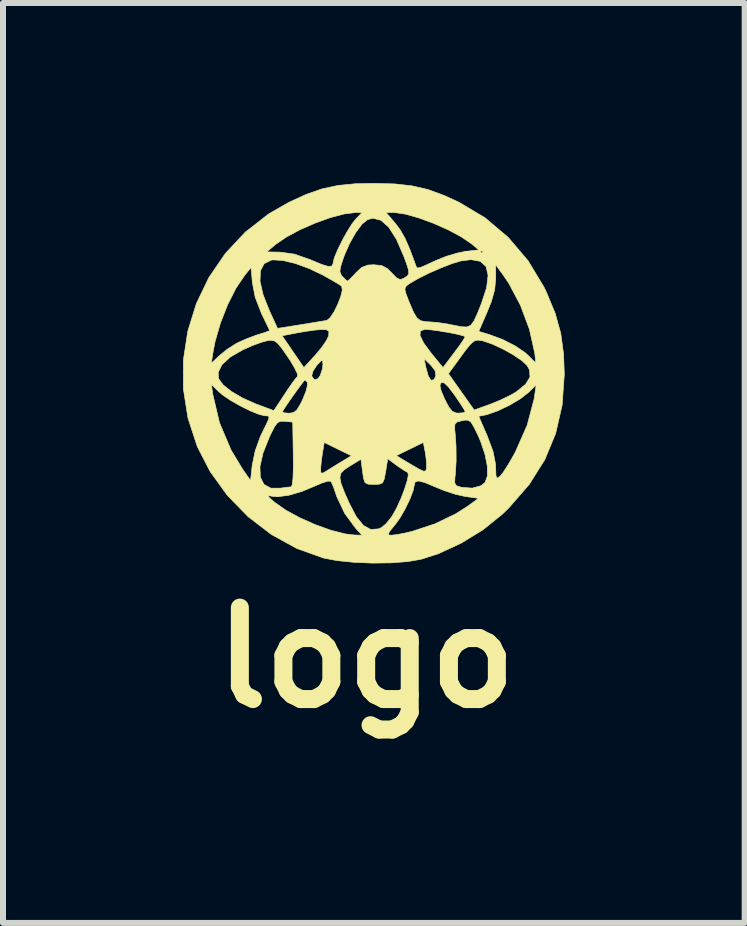
<source format=kicad_pcb>
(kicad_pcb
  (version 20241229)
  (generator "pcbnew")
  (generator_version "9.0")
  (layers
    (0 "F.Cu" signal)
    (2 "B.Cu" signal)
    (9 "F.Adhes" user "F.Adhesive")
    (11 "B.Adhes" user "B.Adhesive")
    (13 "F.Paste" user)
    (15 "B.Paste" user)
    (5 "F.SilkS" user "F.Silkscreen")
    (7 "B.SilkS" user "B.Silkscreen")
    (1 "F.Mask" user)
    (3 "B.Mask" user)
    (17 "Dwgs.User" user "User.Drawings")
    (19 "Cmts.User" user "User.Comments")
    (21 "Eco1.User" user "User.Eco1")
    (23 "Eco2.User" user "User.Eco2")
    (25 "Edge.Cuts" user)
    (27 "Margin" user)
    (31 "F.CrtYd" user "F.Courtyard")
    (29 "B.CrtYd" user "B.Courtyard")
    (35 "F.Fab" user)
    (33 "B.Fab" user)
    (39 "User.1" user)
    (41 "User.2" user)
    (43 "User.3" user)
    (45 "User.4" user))
  (footprint "logo"
    (layer "F.Cu")
    (at 3.051 2.908)
    (property "Reference" "logo" (at 0 5 0) (layer "F.SilkS") (effects (font (size 1.524 1.524) (thickness 0.3))))
    (attr through_hole)
    (fp_poly (pts (xy 0.472 -2.894) (xy 0.762 -2.862) (xy 1.027 -2.801) (xy 1.293 -2.704) (xy 1.545 -2.589) (xy 1.984 -2.327) (xy 2.369 -2) (xy 2.698 -1.613) (xy 2.965 -1.17) (xy 3.006 -1.083) (xy 3.15 -0.735) (xy 3.242 -0.404) (xy 3.289 -0.057) (xy 3.301 0.28) (xy 3.265 0.792) (xy 3.157 1.264) (xy 2.975 1.703) (xy 2.716 2.114) (xy 2.376 2.505) (xy 2.263 2.614) (xy 1.946 2.869) (xy 1.582 3.092) (xy 1.202 3.268) (xy 0.912 3.361) (xy 0.689 3.399) (xy 0.411 3.42) (xy 0.104 3.424) (xy -0.205 3.411) (xy -0.488 3.382) (xy -0.71 3.34) (xy -1.157 3.18) (xy -1.58 2.947) (xy -1.969 2.649) (xy -2.296 2.313) (xy -1.634 2.313) (xy -1.588 2.358) (xy -1.523 2.413) (xy -1.339 2.542) (xy -1.105 2.669) (xy -0.846 2.784) (xy -0.587 2.877) (xy -0.351 2.937) (xy -0.193 2.956) (xy -0.069 2.959) (xy -0.09 2.936) (xy 0.368 2.936) (xy 0.383 2.956) (xy 0.424 2.959) (xy 0.514 2.949) (xy 0.652 2.922) (xy 0.77 2.894) (xy 1.145 2.77) (xy 1.488 2.605) (xy 1.678 2.485) (xy 1.872 2.345) (xy 1.645 2.313) (xy 1.482 2.276) (xy 1.292 2.213) (xy 1.149 2.154) (xy 0.988 2.086) (xy 1.474 2.086) (xy 1.504 2.135) (xy 1.587 2.161) (xy 1.767 2.175) (xy 1.912 2.135) (xy 1.982 2.079) (xy 2.02 1.971) (xy 2.018 1.808) (xy 1.979 1.61) (xy 1.906 1.394) (xy 1.866 1.301) (xy 1.796 1.158) (xy 1.747 1.077) (xy 1.701 1.044) (xy 1.643 1.042) (xy 1.598 1.051) (xy 1.51 1.075) (xy 1.476 1.117) (xy 1.476 1.206) (xy 1.481 1.247) (xy 1.497 1.472) (xy 1.499 1.718) (xy 1.486 1.939) (xy 1.48 1.985) (xy 1.474 2.086) (xy 0.988 2.086) (xy 0.978 2.082) (xy 0.869 2.055) (xy 0.815 2.074) (xy 0.804 2.114) (xy 0.782 2.217) (xy 0.726 2.363) (xy 0.647 2.526) (xy 0.559 2.678) (xy 0.483 2.783) (xy 0.4 2.883) (xy 0.368 2.936) (xy -0.09 2.936) (xy -0.176 2.843) (xy -0.357 2.597) (xy -0.491 2.314) (xy -0.508 2.261) (xy -0.548 2.147) (xy -0.582 2.071) (xy -0.59 2.06) (xy -0.64 2.059) (xy -0.741 2.091) (xy -0.836 2.132) (xy -1.07 2.23) (xy -1.29 2.294) (xy -1.475 2.318) (xy -1.555 2.312) (xy -1.622 2.301) (xy -1.634 2.313) (xy -2.296 2.313) (xy -2.313 2.295) (xy -2.601 1.897) (xy -2.815 1.48) (xy -2.97 1.005) (xy -3.046 0.52) (xy -3.046 0.448) (xy -2.58 0.448) (xy -2.555 0.614) (xy -2.444 1.086) (xy -2.252 1.539) (xy -2.059 1.859) (xy -1.927 2.049) (xy -1.901 1.816) (xy -1.77 1.816) (xy -1.764 1.991) (xy -1.704 2.112) (xy -1.589 2.175) (xy -1.424 2.175) (xy -1.319 2.16) (xy -1.254 2.155) (xy -1.233 2.122) (xy -1.22 2.019) (xy -1.219 1.999) (xy -0.438 1.999) (xy -0.418 2.101) (xy -0.361 2.248) (xy -0.284 2.422) (xy -0.165 2.65) (xy -0.046 2.796) (xy 0.075 2.863) (xy 0.204 2.854) (xy 0.257 2.831) (xy 0.331 2.768) (xy 0.415 2.665) (xy 0.439 2.629) (xy 0.51 2.501) (xy 0.579 2.35) (xy 0.638 2.196) (xy 0.682 2.058) (xy 0.702 1.958) (xy 0.692 1.913) (xy 0.692 1.913) (xy 0.632 1.88) (xy 0.536 1.816) (xy 0.503 1.792) (xy 0.359 1.685) (xy 0.325 1.899) (xy 0.301 2.024) (xy 0.272 2.088) (xy 0.217 2.11) (xy 0.129 2.113) (xy 0.033 2.109) (xy -0.018 2.084) (xy -0.043 2.015) (xy -0.06 1.903) (xy -0.087 1.694) (xy -0.274 1.808) (xy -0.366 1.869) (xy -0.421 1.927) (xy -0.438 1.999) (xy -1.219 1.999) (xy -1.214 1.853) (xy -0.759 1.853) (xy -0.755 1.921) (xy -0.72 1.924) (xy -0.667 1.893) (xy -0.57 1.832) (xy -0.445 1.755) (xy -0.409 1.734) (xy -0.246 1.635) (xy -0.248 1.634) (xy 0.502 1.634) (xy 0.748 1.781) (xy 0.878 1.856) (xy 0.953 1.892) (xy 0.99 1.89) (xy 1.004 1.855) (xy 1.006 1.84) (xy 1.005 1.742) (xy 0.99 1.611) (xy 0.985 1.583) (xy 0.952 1.414) (xy 0.727 1.524) (xy 0.502 1.634) (xy -0.248 1.634) (xy -0.472 1.525) (xy -0.699 1.414) (xy -0.727 1.583) (xy -0.747 1.72) (xy -0.758 1.838) (xy -0.759 1.853) (xy -1.214 1.853) (xy -1.214 1.842) (xy -1.215 1.615) (xy -1.224 1.075) (xy -1.354 1.062) (xy -1.424 1.061) (xy -1.476 1.084) (xy -1.525 1.148) (xy -1.586 1.268) (xy -1.612 1.322) (xy -1.719 1.592) (xy -1.77 1.816) (xy -1.901 1.816) (xy -1.898 1.788) (xy -1.849 1.554) (xy -1.762 1.313) (xy -1.739 1.265) (xy -1.666 1.117) (xy -1.626 1.029) (xy -1.618 0.985) (xy -1.628 0.978) (xy 1.875 0.978) (xy 2.016 1.302) (xy 2.114 1.565) (xy 2.156 1.78) (xy 2.158 1.833) (xy 2.161 1.955) (xy 2.173 2.005) (xy 2.202 2) (xy 2.234 1.973) (xy 2.288 1.905) (xy 2.366 1.784) (xy 2.454 1.631) (xy 2.485 1.574) (xy 2.682 1.128) (xy 2.798 0.689) (xy 2.809 0.618) (xy 2.832 0.456) (xy 2.701 0.584) (xy 2.568 0.687) (xy 2.387 0.794) (xy 2.193 0.887) (xy 2.02 0.948) (xy 1.99 0.955) (xy 1.875 0.978) (xy -1.628 0.978) (xy -1.638 0.971) (xy -1.682 0.97) (xy -1.683 0.97) (xy -1.781 0.948) (xy -1.889 0.904) (xy -1.397 0.904) (xy -1.361 0.921) (xy -1.281 0.927) (xy -1.209 0.915) (xy -1.153 0.87) (xy -1.094 0.772) (xy -1.056 0.694) (xy -1.003 0.562) (xy -0.979 0.464) (xy 1.229 0.464) (xy 1.247 0.548) (xy 1.306 0.687) (xy 1.308 0.692) (xy 1.377 0.824) (xy 1.434 0.895) (xy 1.497 0.922) (xy 1.534 0.925) (xy 1.619 0.919) (xy 1.651 0.902) (xy 1.628 0.858) (xy 1.568 0.764) (xy 1.484 0.64) (xy 1.475 0.627) (xy 1.372 0.49) (xy 1.301 0.422) (xy 1.254 0.416) (xy 1.249 0.419) (xy 1.229 0.464) (xy -0.979 0.464) (xy -0.977 0.457) (xy -0.98 0.41) (xy -1.018 0.375) (xy -1.028 0.378) (xy -1.083 0.449) (xy -1.16 0.554) (xy -1.245 0.673) (xy -1.322 0.785) (xy -1.378 0.87) (xy -1.397 0.904) (xy -1.889 0.904) (xy -1.925 0.89) (xy -2.089 0.809) (xy -2.251 0.718) (xy -2.385 0.628) (xy -2.444 0.579) (xy -2.58 0.448) (xy -3.046 0.448) (xy -3.046 0.247) (xy -2.466 0.247) (xy -2.459 0.351) (xy -2.386 0.452) (xy -2.248 0.563) (xy -2.06 0.673) (xy -1.838 0.772) (xy -1.818 0.779) (xy -1.682 0.83) (xy -1.582 0.867) (xy -1.541 0.883) (xy -1.541 0.883) (xy -1.517 0.851) (xy -1.46 0.765) (xy -1.379 0.642) (xy -1.359 0.611) (xy -1.269 0.477) (xy -1.194 0.372) (xy -1.147 0.316) (xy -1.142 0.313) (xy -1.143 0.304) (xy -0.907 0.304) (xy -0.904 0.314) (xy -0.858 0.372) (xy -0.801 0.349) (xy -0.764 0.295) (xy -0.728 0.184) (xy -0.721 0.115) (xy -0.725 0.054) (xy -0.746 0.05) (xy -0.8 0.105) (xy -0.826 0.134) (xy -0.887 0.227) (xy -0.907 0.304) (xy -1.143 0.304) (xy -1.146 0.269) (xy -1.191 0.175) (xy -1.267 0.046) (xy -1.303 -0.007) (xy -1.403 -0.151) (xy -1.473 -0.237) (xy -1.53 -0.279) (xy -1.589 -0.288) (xy -1.639 -0.283) (xy -1.746 -0.255) (xy -1.896 -0.2) (xy -2.055 -0.13) (xy -2.264 -0.009) (xy -2.403 0.118) (xy -2.466 0.247) (xy -3.046 0.247) (xy -3.045 0.094) (xy -2.58 0.094) (xy -2.444 -0.035) (xy -2.312 -0.141) (xy -2.163 -0.236) (xy -2.138 -0.249) (xy -1.981 -0.318) (xy -1.856 -0.364) (xy -1.4 -0.364) (xy -1.038 0.166) (xy -0.901 0.017) (xy 0.965 0.017) (xy 0.995 0.165) (xy 1.036 0.311) (xy 1.081 0.379) (xy 1.128 0.368) (xy 1.161 0.306) (xy 1.156 0.268) (xy 1.371 0.268) (xy 1.799 0.873) (xy 2.065 0.778) (xy 2.236 0.708) (xy 2.403 0.627) (xy 2.5 0.571) (xy 2.655 0.445) (xy 2.729 0.326) (xy 2.723 0.207) (xy 2.681 0.132) (xy 2.592 0.049) (xy 2.448 -0.048) (xy 2.276 -0.144) (xy 2.101 -0.225) (xy 1.95 -0.277) (xy 1.922 -0.284) (xy 1.854 -0.291) (xy 1.798 -0.275) (xy 1.737 -0.222) (xy 1.655 -0.122) (xy 1.581 -0.02) (xy 1.371 0.268) (xy 1.156 0.268) (xy 1.15 0.219) (xy 1.077 0.126) (xy 0.965 0.017) (xy -0.901 0.017) (xy -0.841 -0.049) (xy -0.737 -0.174) (xy -0.659 -0.29) (xy -0.624 -0.367) (xy -0.624 -0.369) (xy 0.897 -0.369) (xy 0.957 -0.245) (xy 1.082 -0.075) (xy 1.085 -0.072) (xy 1.28 0.166) (xy 1.464 -0.078) (xy 1.555 -0.2) (xy 1.621 -0.296) (xy 1.649 -0.345) (xy 1.65 -0.347) (xy 1.612 -0.365) (xy 1.514 -0.39) (xy 1.379 -0.417) (xy 1.26 -0.437) (xy 1.875 -0.437) (xy 2.049 -0.385) (xy 2.272 -0.302) (xy 2.481 -0.196) (xy 2.649 -0.082) (xy 2.706 -0.029) (xy 2.776 0.043) (xy 2.817 0.08) (xy 2.82 0.081) (xy 2.821 0.044) (xy 2.812 -0.048) (xy 2.808 -0.078) (xy 2.72 -0.471) (xy 2.572 -0.868) (xy 2.378 -1.235) (xy 2.281 -1.378) (xy 2.159 -1.545) (xy 2.158 -1.314) (xy 2.141 -1.132) (xy 2.086 -0.934) (xy 2.016 -0.76) (xy 1.875 -0.437) (xy 1.26 -0.437) (xy 1.23 -0.442) (xy 1.092 -0.461) (xy 0.986 -0.47) (xy 0.976 -0.47) (xy 0.903 -0.444) (xy 0.897 -0.369) (xy -0.624 -0.369) (xy -0.621 -0.438) (xy -0.664 -0.465) (xy -0.736 -0.468) (xy -0.85 -0.459) (xy -1.007 -0.437) (xy -1.134 -0.415) (xy -1.4 -0.364) (xy -1.856 -0.364) (xy -1.814 -0.379) (xy -1.789 -0.387) (xy -1.681 -0.421) (xy -1.617 -0.446) (xy -1.609 -0.451) (xy -1.626 -0.491) (xy -1.672 -0.586) (xy -1.736 -0.717) (xy -1.741 -0.726) (xy -1.85 -1.009) (xy -1.895 -1.246) (xy -1.898 -1.273) (xy -1.769 -1.273) (xy -1.718 -1.049) (xy -1.612 -0.78) (xy -1.477 -0.487) (xy -1.109 -0.545) (xy -0.932 -0.574) (xy -0.78 -0.599) (xy -0.677 -0.616) (xy -0.656 -0.62) (xy -0.601 -0.664) (xy -0.536 -0.761) (xy -0.474 -0.887) (xy -0.424 -1.016) (xy -0.398 -1.125) (xy -0.401 -1.142) (xy 0.645 -1.142) (xy 0.66 -1.072) (xy 0.705 -0.953) (xy 0.723 -0.91) (xy 0.79 -0.754) (xy 0.846 -0.661) (xy 0.909 -0.614) (xy 0.995 -0.598) (xy 1.058 -0.595) (xy 1.183 -0.585) (xy 1.347 -0.561) (xy 1.46 -0.539) (xy 1.589 -0.514) (xy 1.679 -0.51) (xy 1.743 -0.539) (xy 1.798 -0.614) (xy 1.858 -0.746) (xy 1.92 -0.9) (xy 2.006 -1.164) (xy 2.031 -1.37) (xy 1.997 -1.517) (xy 1.902 -1.604) (xy 1.748 -1.632) (xy 1.575 -1.61) (xy 1.43 -1.566) (xy 1.245 -1.494) (xy 1.046 -1.407) (xy 0.864 -1.316) (xy 0.726 -1.236) (xy 0.702 -1.22) (xy 0.66 -1.183) (xy 0.645 -1.142) (xy -0.401 -1.142) (xy -0.407 -1.188) (xy -0.408 -1.189) (xy -0.461 -1.225) (xy -0.567 -1.288) (xy -0.705 -1.365) (xy -0.72 -1.374) (xy -0.839 -1.431) (xy -0.438 -1.431) (xy -0.418 -1.379) (xy -0.393 -1.348) (xy -0.335 -1.291) (xy -0.311 -1.274) (xy -0.276 -1.303) (xy -0.206 -1.374) (xy -0.173 -1.411) (xy -0.074 -1.503) (xy 0.03 -1.542) (xy 0.127 -1.547) (xy 0.259 -1.534) (xy 0.356 -1.481) (xy 0.427 -1.41) (xy 0.509 -1.327) (xy 0.567 -1.3) (xy 0.626 -1.321) (xy 0.634 -1.326) (xy 0.686 -1.361) (xy 0.71 -1.398) (xy 0.706 -1.458) (xy 0.674 -1.561) (xy 0.628 -1.685) (xy 0.505 -1.969) (xy 0.377 -2.171) (xy 0.246 -2.288) (xy 0.112 -2.322) (xy 0.024 -2.299) (xy -0.069 -2.224) (xy -0.172 -2.086) (xy -0.275 -1.905) (xy -0.365 -1.699) (xy -0.388 -1.634) (xy -0.428 -1.507) (xy -0.438 -1.431) (xy -0.839 -1.431) (xy -0.95 -1.484) (xy -1.18 -1.568) (xy -1.387 -1.618) (xy -1.55 -1.628) (xy -1.581 -1.624) (xy -1.7 -1.565) (xy -1.762 -1.447) (xy -1.769 -1.273) (xy -1.898 -1.273) (xy -1.918 -1.5) (xy -2.02 -1.377) (xy -2.169 -1.157) (xy -2.309 -0.88) (xy -2.429 -0.573) (xy -2.519 -0.261) (xy -2.555 -0.071) (xy -2.58 0.094) (xy -3.045 0.094) (xy -3.045 0.035) (xy -2.972 -0.441) (xy -2.829 -0.901) (xy -2.62 -1.335) (xy -2.347 -1.734) (xy -2.322 -1.761) (xy -1.657 -1.761) (xy -1.432 -1.757) (xy -1.195 -1.724) (xy -0.924 -1.629) (xy -0.912 -1.623) (xy -0.74 -1.552) (xy -0.631 -1.519) (xy -0.572 -1.525) (xy -0.551 -1.567) (xy -0.551 -1.583) (xy -0.53 -1.665) (xy -0.476 -1.794) (xy -0.401 -1.947) (xy -0.317 -2.099) (xy -0.236 -2.228) (xy -0.18 -2.301) (xy -0.069 -2.417) (xy 0.332 -2.417) (xy 0.483 -2.24) (xy 0.57 -2.124) (xy 0.65 -1.982) (xy 0.73 -1.797) (xy 0.822 -1.549) (xy 0.825 -1.539) (xy 0.838 -1.506) (xy 0.86 -1.493) (xy 0.907 -1.503) (xy 0.996 -1.541) (xy 1.144 -1.61) (xy 1.153 -1.614) (xy 1.331 -1.686) (xy 1.519 -1.742) (xy 1.612 -1.761) (xy 1.905 -1.761) (xy 1.926 -1.74) (xy 1.947 -1.761) (xy 1.926 -1.782) (xy 1.905 -1.761) (xy 1.612 -1.761) (xy 1.652 -1.769) (xy 1.877 -1.795) (xy 1.753 -1.897) (xy 1.585 -2.012) (xy 1.368 -2.128) (xy 1.125 -2.236) (xy 0.88 -2.326) (xy 0.655 -2.39) (xy 0.475 -2.417) (xy 0.458 -2.417) (xy 0.332 -2.417) (xy -0.069 -2.417) (xy -0.174 -2.417) (xy -0.362 -2.394) (xy -0.595 -2.333) (xy -0.85 -2.241) (xy -1.104 -2.13) (xy -1.331 -2.008) (xy -1.509 -1.886) (xy -1.517 -1.879) (xy -1.657 -1.761) (xy -2.322 -1.761) (xy -2.015 -2.089) (xy -1.626 -2.393) (xy -1.292 -2.585) (xy -1 -2.719) (xy -0.736 -2.811) (xy -0.471 -2.868) (xy -0.177 -2.897) (xy 0.127 -2.903) (xy 0.472 -2.894)) (stroke (width 0.01) (type solid)) (fill yes) (layer "F.SilkS")))
  (gr_rect
    (start -3 -3)
    (end 9.357 12.327)
    (stroke (width 0.1) (type default))
    (fill no)
    (layer "Edge.Cuts")))
</source>
